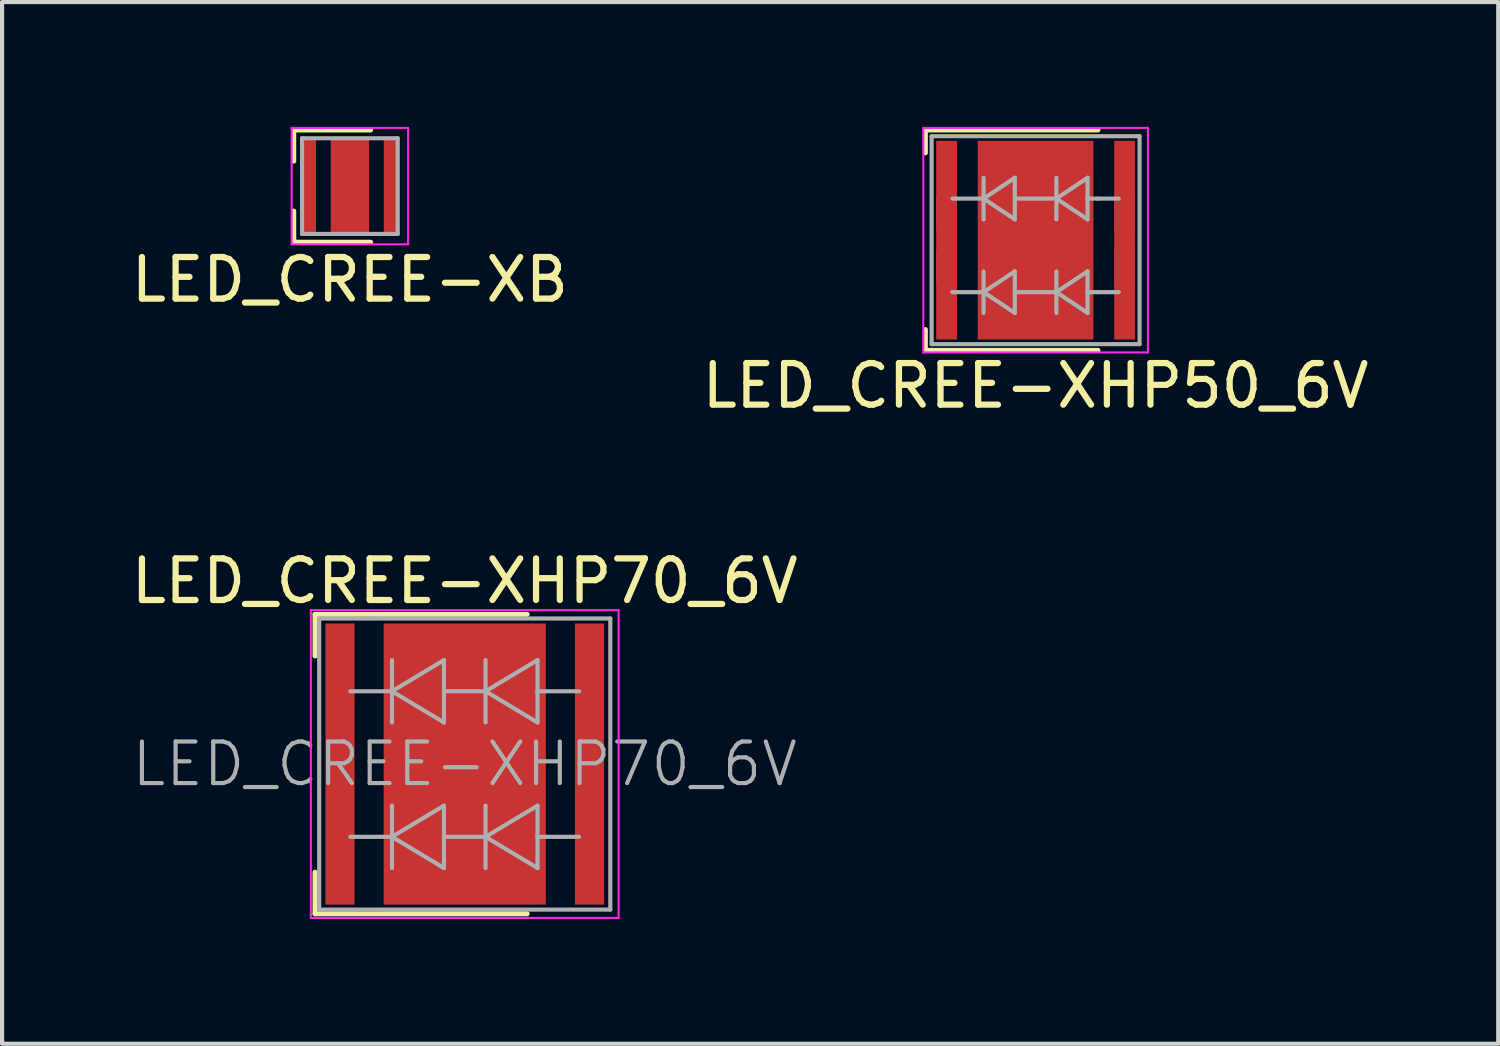
<source format=kicad_pcb>
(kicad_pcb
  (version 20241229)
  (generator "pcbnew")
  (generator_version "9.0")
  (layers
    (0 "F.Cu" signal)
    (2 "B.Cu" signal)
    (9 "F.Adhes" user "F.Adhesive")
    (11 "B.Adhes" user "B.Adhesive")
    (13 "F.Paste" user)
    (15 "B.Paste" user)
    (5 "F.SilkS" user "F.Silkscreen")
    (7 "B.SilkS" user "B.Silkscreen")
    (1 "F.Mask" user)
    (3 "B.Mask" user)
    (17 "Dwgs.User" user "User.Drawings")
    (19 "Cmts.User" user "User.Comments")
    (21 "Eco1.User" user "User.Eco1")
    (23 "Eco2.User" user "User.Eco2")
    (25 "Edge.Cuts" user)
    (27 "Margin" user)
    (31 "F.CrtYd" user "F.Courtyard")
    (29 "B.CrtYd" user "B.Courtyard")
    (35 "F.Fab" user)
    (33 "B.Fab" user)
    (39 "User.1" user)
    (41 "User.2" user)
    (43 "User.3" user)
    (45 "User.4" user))
  (footprint "LED_CREE-XHP50_6V"
    (layer "F.Cu")
    (at 21.851 2.725)
    (property "Reference" "LED_CREE-XHP50_6V" (at 0 3.5 0) (layer "F.SilkS") (effects (font (size 1 1) (thickness 0.15))))
    (attr smd)
    (fp_line (start -2.65 -2.65) (end -2.65 -2.1) (stroke (width 0.12) (type solid)) (layer "F.SilkS"))
    (fp_line (start -2.65 2.65) (end -2.65 2.15) (stroke (width 0.12) (type solid)) (layer "F.SilkS"))
    (fp_line (start 1.5 -2.65) (end -2.65 -2.65) (stroke (width 0.12) (type solid)) (layer "F.SilkS"))
    (fp_line (start 1.5 2.65) (end -2.65 2.65) (stroke (width 0.12) (type solid)) (layer "F.SilkS"))
    (fp_line (start -2.7 -2.7) (end -2.7 2.7) (stroke (width 0.05) (type solid)) (layer "F.CrtYd"))
    (fp_line (start -2.7 2.7) (end 2.7 2.7) (stroke (width 0.05) (type solid)) (layer "F.CrtYd"))
    (fp_line (start 2.7 -2.7) (end -2.7 -2.7) (stroke (width 0.05) (type solid)) (layer "F.CrtYd"))
    (fp_line (start 2.7 2.7) (end 2.7 -2.7) (stroke (width 0.05) (type solid)) (layer "F.CrtYd"))
    (fp_line (start -2.5 -2.5) (end 2.5 -2.5) (stroke (width 0.1) (type solid)) (layer "F.Fab"))
    (fp_line (start -2.5 2.5) (end -2.5 -2.5) (stroke (width 0.1) (type solid)) (layer "F.Fab"))
    (fp_line (start -2 -1) (end -1.25 -1) (stroke (width 0.1) (type solid)) (layer "F.Fab"))
    (fp_line (start -2 1.25) (end -1.25 1.25) (stroke (width 0.1) (type solid)) (layer "F.Fab"))
    (fp_line (start -1.25 -1) (end -1.25 -1.5) (stroke (width 0.1) (type solid)) (layer "F.Fab"))
    (fp_line (start -1.25 -1) (end -1.25 -0.5) (stroke (width 0.1) (type solid)) (layer "F.Fab"))
    (fp_line (start -1.25 -1) (end -0.5 -1.5) (stroke (width 0.1) (type solid)) (layer "F.Fab"))
    (fp_line (start -1.25 1.25) (end -1.25 0.75) (stroke (width 0.1) (type solid)) (layer "F.Fab"))
    (fp_line (start -1.25 1.25) (end -1.25 1.75) (stroke (width 0.1) (type solid)) (layer "F.Fab"))
    (fp_line (start -1.25 1.25) (end -0.5 0.75) (stroke (width 0.1) (type solid)) (layer "F.Fab"))
    (fp_line (start -0.5 -1.5) (end -0.5 -0.5) (stroke (width 0.1) (type solid)) (layer "F.Fab"))
    (fp_line (start -0.5 -0.5) (end -1.25 -1) (stroke (width 0.1) (type solid)) (layer "F.Fab"))
    (fp_line (start -0.5 0.75) (end -0.5 1.75) (stroke (width 0.1) (type solid)) (layer "F.Fab"))
    (fp_line (start -0.5 1.75) (end -1.25 1.25) (stroke (width 0.1) (type solid)) (layer "F.Fab"))
    (fp_line (start 0.5 -1.5) (end 0.5 -0.5) (stroke (width 0.1) (type solid)) (layer "F.Fab"))
    (fp_line (start 0.5 -1) (end -0.5 -1) (stroke (width 0.1) (type solid)) (layer "F.Fab"))
    (fp_line (start 0.5 -1) (end 1.25 -0.5) (stroke (width 0.1) (type solid)) (layer "F.Fab"))
    (fp_line (start 0.5 0.75) (end 0.5 1.75) (stroke (width 0.1) (type solid)) (layer "F.Fab"))
    (fp_line (start 0.5 1.25) (end -0.5 1.25) (stroke (width 0.1) (type solid)) (layer "F.Fab"))
    (fp_line (start 0.5 1.25) (end 1.25 1.75) (stroke (width 0.1) (type solid)) (layer "F.Fab"))
    (fp_line (start 1.25 -1.5) (end 0.5 -1) (stroke (width 0.1) (type solid)) (layer "F.Fab"))
    (fp_line (start 1.25 -1) (end 1.25 -1.5) (stroke (width 0.1) (type solid)) (layer "F.Fab"))
    (fp_line (start 1.25 -0.5) (end 1.25 -1) (stroke (width 0.1) (type solid)) (layer "F.Fab"))
    (fp_line (start 1.25 0.75) (end 0.5 1.25) (stroke (width 0.1) (type solid)) (layer "F.Fab"))
    (fp_line (start 1.25 1.25) (end 1.25 0.75) (stroke (width 0.1) (type solid)) (layer "F.Fab"))
    (fp_line (start 1.25 1.75) (end 1.25 1.25) (stroke (width 0.1) (type solid)) (layer "F.Fab"))
    (fp_line (start 1.5 -1) (end 1.25 -1) (stroke (width 0.1) (type solid)) (layer "F.Fab"))
    (fp_line (start 1.5 -1) (end 2 -1) (stroke (width 0.1) (type solid)) (layer "F.Fab"))
    (fp_line (start 1.5 1.25) (end 1.25 1.25) (stroke (width 0.1) (type solid)) (layer "F.Fab"))
    (fp_line (start 1.5 1.25) (end 2 1.25) (stroke (width 0.1) (type solid)) (layer "F.Fab"))
    (fp_line (start 2.5 -2.5) (end 2.5 2.5) (stroke (width 0.1) (type solid)) (layer "F.Fab"))
    (fp_line (start 2.5 2.5) (end -2.5 2.5) (stroke (width 0.1) (type solid)) (layer "F.Fab"))
    (pad "1" smd rect (at -2.14 -1.32) (size 0.5 2.14) (layers "F.Cu" "F.Mask" "F.Paste"))
    (pad "1" smd rect (at -2.14 0) (size 0.5 2.14) (layers "F.Cu" "F.Mask"))
    (pad "1" smd rect (at -2.14 1.32) (size 0.5 2.14) (layers "F.Cu" "F.Mask" "F.Paste"))
    (pad "2" smd rect (at 2.14 -1.32) (size 0.5 2.14) (layers "F.Cu" "F.Mask" "F.Paste"))
    (pad "2" smd rect (at 2.14 0) (size 0.5 2.14) (layers "F.Cu" "F.Mask"))
    (pad "2" smd rect (at 2.14 1.32) (size 0.5 2.14) (layers "F.Cu" "F.Mask" "F.Paste"))
    (pad "3" smd rect (at -0.61 -1.57) (size 0.97 0.8) (layers "F.Cu" "F.Mask" "F.Paste"))
    (pad "3" smd rect (at -0.61 -0.53) (size 0.97 0.8) (layers "F.Cu" "F.Mask" "F.Paste"))
    (pad "3" smd rect (at -0.61 0.53) (size 0.97 0.8) (layers "F.Cu" "F.Mask" "F.Paste"))
    (pad "3" smd rect (at -0.61 1.57) (size 0.97 0.8) (layers "F.Cu" "F.Mask" "F.Paste"))
    (pad "3" smd rect (at 0 0) (size 2.78 4.78) (layers "F.Cu" "F.Mask"))
    (pad "3" smd rect (at 0.61 -1.57) (size 0.97 0.8) (layers "F.Cu" "F.Mask" "F.Paste"))
    (pad "3" smd rect (at 0.61 -0.53) (size 0.97 0.8) (layers "F.Cu" "F.Mask" "F.Paste"))
    (pad "3" smd rect (at 0.61 0.53) (size 0.97 0.8) (layers "F.Cu" "F.Mask" "F.Paste"))
    (pad "3" smd rect (at 0.61 1.57) (size 0.97 0.8) (layers "F.Cu" "F.Mask" "F.Paste")))
  (footprint "LED_CREE-XHP70_6V"
    (layer "F.Cu")
    (at 8.125 15.322)
    (property "Reference" "LED_CREE-XHP70_6V" (at 0 -4.4 0) (layer "F.SilkS") (effects (font (size 1 1) (thickness 0.15))))
    (attr smd)
    (fp_line (start -3.6 -3.6) (end -3.6 -2.6) (stroke (width 0.12) (type solid)) (layer "F.SilkS"))
    (fp_line (start -3.6 3.6) (end -3.6 2.6) (stroke (width 0.12) (type solid)) (layer "F.SilkS"))
    (fp_line (start 1.5 -3.6) (end -3.6 -3.6) (stroke (width 0.12) (type solid)) (layer "F.SilkS"))
    (fp_line (start 1.5 3.6) (end -3.6 3.6) (stroke (width 0.12) (type solid)) (layer "F.SilkS"))
    (fp_line (start -3.7 -3.7) (end -3.7 3.7) (stroke (width 0.05) (type solid)) (layer "F.CrtYd"))
    (fp_line (start -3.7 3.7) (end 3.7 3.7) (stroke (width 0.05) (type solid)) (layer "F.CrtYd"))
    (fp_line (start 3.7 -3.7) (end -3.7 -3.7) (stroke (width 0.05) (type solid)) (layer "F.CrtYd"))
    (fp_line (start 3.7 3.7) (end 3.7 -3.7) (stroke (width 0.05) (type solid)) (layer "F.CrtYd"))
    (fp_line (start -3.5 -3.5) (end -3.5 3.5) (stroke (width 0.1) (type solid)) (layer "F.Fab"))
    (fp_line (start -3.5 3.5) (end 3.5 3.5) (stroke (width 0.1) (type solid)) (layer "F.Fab"))
    (fp_line (start -2.75 -1.75) (end -1.75 -1.75) (stroke (width 0.1) (type solid)) (layer "F.Fab"))
    (fp_line (start -2.75 1.75) (end -1.75 1.75) (stroke (width 0.1) (type solid)) (layer "F.Fab"))
    (fp_line (start -1.75 -1.75) (end -1.75 -2.5) (stroke (width 0.1) (type solid)) (layer "F.Fab"))
    (fp_line (start -1.75 -1.75) (end -1.75 -1) (stroke (width 0.1) (type solid)) (layer "F.Fab"))
    (fp_line (start -1.75 -1.75) (end -0.5 -1) (stroke (width 0.1) (type solid)) (layer "F.Fab"))
    (fp_line (start -1.75 1.75) (end -1.75 1) (stroke (width 0.1) (type solid)) (layer "F.Fab"))
    (fp_line (start -1.75 1.75) (end -1.75 2.5) (stroke (width 0.1) (type solid)) (layer "F.Fab"))
    (fp_line (start -1.75 1.75) (end -0.5 2.5) (stroke (width 0.1) (type solid)) (layer "F.Fab"))
    (fp_line (start -0.5 -2.5) (end -1.75 -1.75) (stroke (width 0.1) (type solid)) (layer "F.Fab"))
    (fp_line (start -0.5 -1.75) (end 0.5 -1.75) (stroke (width 0.1) (type solid)) (layer "F.Fab"))
    (fp_line (start -0.5 -1) (end -0.5 -2.5) (stroke (width 0.1) (type solid)) (layer "F.Fab"))
    (fp_line (start -0.5 1) (end -1.75 1.75) (stroke (width 0.1) (type solid)) (layer "F.Fab"))
    (fp_line (start -0.5 1.75) (end 0.5 1.75) (stroke (width 0.1) (type solid)) (layer "F.Fab"))
    (fp_line (start -0.5 2.5) (end -0.5 1) (stroke (width 0.1) (type solid)) (layer "F.Fab"))
    (fp_line (start 0.5 -2.5) (end 0.5 -1) (stroke (width 0.1) (type solid)) (layer "F.Fab"))
    (fp_line (start 0.5 -1.75) (end 1.75 -2.5) (stroke (width 0.1) (type solid)) (layer "F.Fab"))
    (fp_line (start 0.5 1) (end 0.5 2.5) (stroke (width 0.1) (type solid)) (layer "F.Fab"))
    (fp_line (start 0.5 1.75) (end 1.75 1) (stroke (width 0.1) (type solid)) (layer "F.Fab"))
    (fp_line (start 1.75 -1.75) (end 1.75 -2.5) (stroke (width 0.1) (type solid)) (layer "F.Fab"))
    (fp_line (start 1.75 -1.75) (end 1.75 -1) (stroke (width 0.1) (type solid)) (layer "F.Fab"))
    (fp_line (start 1.75 -1) (end 0.5 -1.75) (stroke (width 0.1) (type solid)) (layer "F.Fab"))
    (fp_line (start 1.75 1.75) (end 1.75 1) (stroke (width 0.1) (type solid)) (layer "F.Fab"))
    (fp_line (start 1.75 1.75) (end 1.75 2.5) (stroke (width 0.1) (type solid)) (layer "F.Fab"))
    (fp_line (start 1.75 2.5) (end 0.5 1.75) (stroke (width 0.1) (type solid)) (layer "F.Fab"))
    (fp_line (start 2.75 -1.75) (end 1.75 -1.75) (stroke (width 0.1) (type solid)) (layer "F.Fab"))
    (fp_line (start 2.75 1.75) (end 1.75 1.75) (stroke (width 0.1) (type solid)) (layer "F.Fab"))
    (fp_line (start 3.5 -3.5) (end -3.5 -3.5) (stroke (width 0.1) (type solid)) (layer "F.Fab"))
    (fp_line (start 3.5 3.5) (end 3.5 -3.5) (stroke (width 0.1) (type solid)) (layer "F.Fab"))
    (fp_text user "${REFERENCE}" (at 0 0 0) (layer "F.Fab") (effects (font (size 1 1) (thickness 0.1))))
    (pad "" smd rect (at -3 -1.815) (size 0.7 3.13) (layers "F.Paste"))
    (pad "" smd rect (at -3 -1.815) (size 0.7 3.13) (layers "F.Paste"))
    (pad "" smd rect (at -3 1.815) (size 0.7 3.13) (layers "F.Paste"))
    (pad "" smd rect (at -0.77 -2.31) (size 1.29 1.29) (layers "F.Paste"))
    (pad "" smd rect (at -0.77 -0.77) (size 1.29 1.29) (layers "F.Paste"))
    (pad "" smd rect (at -0.77 0.77) (size 1.29 1.29) (layers "F.Paste"))
    (pad "" smd rect (at -0.77 2.31) (size 1.29 1.29) (layers "F.Paste"))
    (pad "" smd rect (at 0.77 -2.31) (size 1.29 1.29) (layers "F.Paste"))
    (pad "" smd rect (at 0.77 -0.77) (size 1.29 1.29) (layers "F.Paste"))
    (pad "" smd rect (at 0.77 0.77) (size 1.29 1.29) (layers "F.Paste"))
    (pad "" smd rect (at 0.77 2.31) (size 1.29 1.29) (layers "F.Paste"))
    (pad "" smd rect (at 3 -1.815) (size 0.7 3.13) (layers "F.Paste"))
    (pad "" smd rect (at 3 1.815) (size 0.7 3.13) (layers "F.Paste"))
    (pad "" smd rect (at 3 1.815) (size 0.7 3.13) (layers "F.Paste"))
    (pad "1" smd rect (at -3 0) (size 0.7 6.76) (layers "F.Cu" "F.Mask"))
    (pad "2" smd rect (at 3 0) (size 0.7 6.76) (layers "F.Cu" "F.Mask"))
    (pad "3" smd rect (at 0 0) (size 3.9 6.76) (layers "F.Cu" "F.Mask")))
  (footprint "LED_CREE-XB"
    (layer "F.Cu")
    (at 5.363 1.425)
    (property "Reference" "LED_CREE-XB" (at 0 2.25 0) (layer "F.SilkS") (effects (font (size 1 1) (thickness 0.15))))
    (attr smd)
    (fp_line (start -1.35 -1.35) (end -1.35 -0.6) (stroke (width 0.12) (type solid)) (layer "F.SilkS"))
    (fp_line (start -1.35 1.35) (end -1.35 0.6) (stroke (width 0.12) (type solid)) (layer "F.SilkS"))
    (fp_line (start 0.5 -1.35) (end -1.35 -1.35) (stroke (width 0.12) (type solid)) (layer "F.SilkS"))
    (fp_line (start 0.5 1.35) (end -1.35 1.35) (stroke (width 0.12) (type solid)) (layer "F.SilkS"))
    (fp_line (start -1.4 -1.4) (end 1.4 -1.4) (stroke (width 0.05) (type solid)) (layer "F.CrtYd"))
    (fp_line (start -1.4 1.4) (end -1.4 -1.4) (stroke (width 0.05) (type solid)) (layer "F.CrtYd"))
    (fp_line (start 1.4 -1.4) (end 1.4 1.4) (stroke (width 0.05) (type solid)) (layer "F.CrtYd"))
    (fp_line (start 1.4 1.4) (end -1.4 1.4) (stroke (width 0.05) (type solid)) (layer "F.CrtYd"))
    (fp_line (start -1.15 -1.15) (end 1.15 -1.15) (stroke (width 0.1) (type solid)) (layer "F.Fab"))
    (fp_line (start -1.15 1.15) (end -1.15 -1.15) (stroke (width 0.1) (type solid)) (layer "F.Fab"))
    (fp_line (start 1.15 -1.15) (end 1.15 1.15) (stroke (width 0.1) (type solid)) (layer "F.Fab"))
    (fp_line (start 1.15 1.15) (end -1.15 1.15) (stroke (width 0.1) (type solid)) (layer "F.Fab"))
    (pad "1" smd rect (at -0.98 0) (size 0.33 2.29) (layers "F.Cu" "F.Mask" "F.Paste"))
    (pad "2" smd rect (at 0.98 0) (size 0.33 2.29) (layers "F.Cu" "F.Mask" "F.Paste"))
    (pad "3" smd rect (at 0 -0.55) (size 0.85 0.85) (layers "F.Cu" "F.Mask" "F.Paste"))
    (pad "3" smd rect (at 0 0) (size 0.92 2.29) (layers "F.Cu" "F.Mask"))
    (pad "3" smd rect (at 0 0.55) (size 0.85 0.85) (layers "F.Cu" "F.Mask" "F.Paste")))
  (gr_rect
    (start -3 -3)
    (end 32.976 22.047)
    (stroke (width 0.1) (type default))
    (fill no)
    (layer "Edge.Cuts")))
</source>
